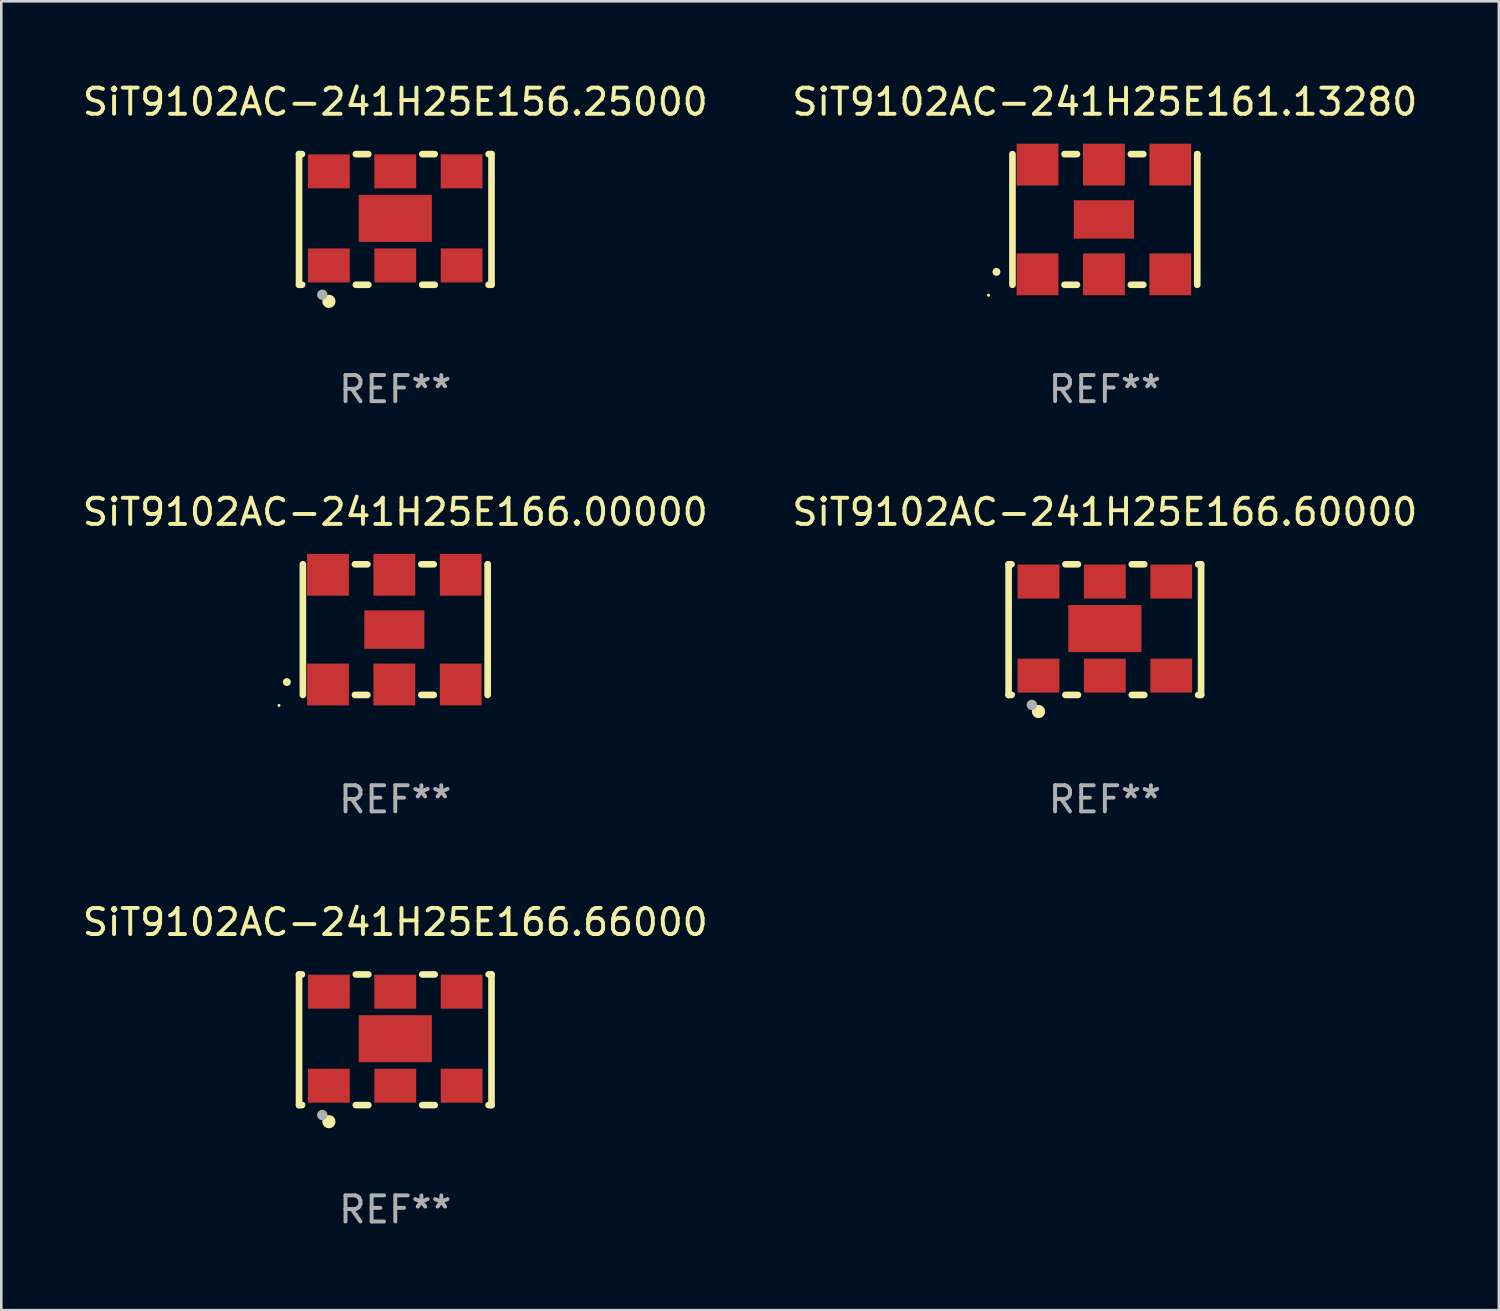
<source format=kicad_pcb>
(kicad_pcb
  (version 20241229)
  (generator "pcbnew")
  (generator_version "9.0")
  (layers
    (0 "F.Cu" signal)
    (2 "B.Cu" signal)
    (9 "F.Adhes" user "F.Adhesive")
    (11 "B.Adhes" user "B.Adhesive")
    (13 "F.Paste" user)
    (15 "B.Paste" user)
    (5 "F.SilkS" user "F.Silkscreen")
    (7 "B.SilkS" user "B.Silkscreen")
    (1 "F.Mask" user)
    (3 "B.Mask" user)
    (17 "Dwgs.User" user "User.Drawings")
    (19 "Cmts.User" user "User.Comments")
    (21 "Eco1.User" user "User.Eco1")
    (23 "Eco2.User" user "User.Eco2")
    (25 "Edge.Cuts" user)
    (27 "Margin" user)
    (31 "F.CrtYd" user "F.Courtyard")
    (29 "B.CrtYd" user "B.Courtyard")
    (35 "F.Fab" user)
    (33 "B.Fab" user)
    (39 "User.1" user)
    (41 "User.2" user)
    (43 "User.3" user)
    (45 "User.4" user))
  (footprint "SiT9102AC-241H25E166.66000"
    (layer "F.Cu")
    (at 12.077 36.741)
    (property "Reference" "SiT9102AC-241H25E166.66000" (at 0 -4.5 0) (layer "F.SilkS") (effects (font (size 1 1) (thickness 0.15))))
    (attr through_hole)
    (fp_line (start -3.683 -2.5) (end -3.571 -2.5) (stroke (width 0.254) (type solid)) (layer "F.SilkS"))
    (fp_line (start -3.683 2.5) (end -3.683 -2.5) (stroke (width 0.254) (type solid)) (layer "F.SilkS"))
    (fp_line (start -3.683 2.5) (end -3.571 2.5) (stroke (width 0.254) (type solid)) (layer "F.SilkS"))
    (fp_line (start -1.509 -2.5) (end -1.031 -2.5) (stroke (width 0.254) (type solid)) (layer "F.SilkS"))
    (fp_line (start -1.509 2.5) (end -1.031 2.5) (stroke (width 0.254) (type solid)) (layer "F.SilkS"))
    (fp_line (start 1.031 -2.5) (end 1.509 -2.5) (stroke (width 0.254) (type solid)) (layer "F.SilkS"))
    (fp_line (start 1.031 2.5) (end 1.509 2.5) (stroke (width 0.254) (type solid)) (layer "F.SilkS"))
    (fp_line (start 3.571 -2.5) (end 3.683 -2.5) (stroke (width 0.254) (type solid)) (layer "F.SilkS"))
    (fp_line (start 3.571 2.5) (end 3.683 2.5) (stroke (width 0.254) (type solid)) (layer "F.SilkS"))
    (fp_line (start 3.683 2.5) (end 3.683 -2.5) (stroke (width 0.254) (type solid)) (layer "F.SilkS"))
    (fp_circle (center -3.5 2.46) (end -3.47 2.46) (stroke (width 0.06) (type solid)) (fill no) (layer "F.SilkS"))
    (fp_circle (center -2.54 3.135) (end -2.413 3.135) (stroke (width 0.254) (type solid)) (fill no) (layer "F.SilkS"))
    (fp_circle (center -2.794 2.881) (end -2.694 2.881) (stroke (width 0.2) (type solid)) (fill no) (layer "F.Fab"))
    (fp_text user "REF**" (at 0 6.5 0) (layer "F.Fab") (effects (font (size 1 1) (thickness 0.15))))
    (pad "1" smd rect (at -2.54 1.76) (size 1.6 1.3) (layers "F.Cu" "F.Mask" "F.Paste"))
    (pad "2" smd rect (at 0 1.76) (size 1.6 1.3) (layers "F.Cu" "F.Mask" "F.Paste"))
    (pad "3" smd rect (at 2.54 1.76) (size 1.6 1.3) (layers "F.Cu" "F.Mask" "F.Paste"))
    (pad "4" smd rect (at 2.54 -1.84) (size 1.6 1.3) (layers "F.Cu" "F.Mask" "F.Paste"))
    (pad "5" smd rect (at 0 -1.84) (size 1.6 1.3) (layers "F.Cu" "F.Mask" "F.Paste"))
    (pad "6" smd rect (at -2.54 -1.84) (size 1.6 1.3) (layers "F.Cu" "F.Mask" "F.Paste"))
    (pad "7" smd rect (at 0 -0.04) (size 2.8 1.8) (layers "F.Cu" "F.Mask" "F.Paste")))
  (footprint "SiT9102AC-241H25E161.13280"
    (layer "F.Cu")
    (at 39.232 5.348)
    (property "Reference" "SiT9102AC-241H25E161.13280" (at 0 -4.5 0) (layer "F.SilkS") (effects (font (size 1 1) (thickness 0.15))))
    (attr through_hole)
    (fp_line (start -3.536 -2.5) (end -3.536 2.5) (stroke (width 0.254) (type solid)) (layer "F.SilkS"))
    (fp_line (start -1.544 2.5) (end -1.067 2.5) (stroke (width 0.254) (type solid)) (layer "F.SilkS"))
    (fp_line (start -1.067 -2.5) (end -1.544 -2.5) (stroke (width 0.254) (type solid)) (layer "F.SilkS"))
    (fp_line (start 0.996 2.5) (end 1.473 2.5) (stroke (width 0.254) (type solid)) (layer "F.SilkS"))
    (fp_line (start 1.473 -2.5) (end 0.996 -2.5) (stroke (width 0.254) (type solid)) (layer "F.SilkS"))
    (fp_line (start 3.536 -2.5) (end 3.536 -2.5) (stroke (width 0.254) (type solid)) (layer "F.SilkS"))
    (fp_line (start 3.536 2.5) (end 3.536 -2.5) (stroke (width 0.254) (type solid)) (layer "F.SilkS"))
    (fp_arc (start -4.150432 2.006604) (mid -4.149162 2.006599) (end -4.147892 2.006604) (stroke (width 0.3) (type solid)) (layer "F.SilkS"))
    (fp_circle (center -4.449 2.9) (end -4.419 2.9) (stroke (width 0.06) (type solid)) (fill no) (layer "F.SilkS"))
    (fp_text user "REF**" (at 0 6.5 0) (layer "F.Fab") (effects (font (size 1 1) (thickness 0.15))))
    (pad "1" smd rect (at -2.576 2.1) (size 1.6 1.6) (layers "F.Cu" "F.Mask" "F.Paste"))
    (pad "2" smd rect (at -0.036 2.1) (size 1.6 1.6) (layers "F.Cu" "F.Mask" "F.Paste"))
    (pad "3" smd rect (at 2.504 2.1) (size 1.6 1.6) (layers "F.Cu" "F.Mask" "F.Paste"))
    (pad "4" smd rect (at 2.504 -2.1) (size 1.6 1.6) (layers "F.Cu" "F.Mask" "F.Paste"))
    (pad "5" smd rect (at -0.036 -2.1) (size 1.6 1.6) (layers "F.Cu" "F.Mask" "F.Paste"))
    (pad "6" smd rect (at -2.576 -2.1) (size 1.6 1.6) (layers "F.Cu" "F.Mask" "F.Paste"))
    (pad "7" smd rect (at -0.036 0) (size 2.3 1.47) (layers "F.Cu" "F.Mask" "F.Paste")))
  (footprint "SiT9102AC-241H25E156.25000"
    (layer "F.Cu")
    (at 12.077 5.348)
    (property "Reference" "SiT9102AC-241H25E156.25000" (at 0 -4.5 0) (layer "F.SilkS") (effects (font (size 1 1) (thickness 0.15))))
    (attr through_hole)
    (fp_line (start -3.683 -2.5) (end -3.571 -2.5) (stroke (width 0.254) (type solid)) (layer "F.SilkS"))
    (fp_line (start -3.683 2.5) (end -3.683 -2.5) (stroke (width 0.254) (type solid)) (layer "F.SilkS"))
    (fp_line (start -3.683 2.5) (end -3.571 2.5) (stroke (width 0.254) (type solid)) (layer "F.SilkS"))
    (fp_line (start -1.509 -2.5) (end -1.031 -2.5) (stroke (width 0.254) (type solid)) (layer "F.SilkS"))
    (fp_line (start -1.509 2.5) (end -1.031 2.5) (stroke (width 0.254) (type solid)) (layer "F.SilkS"))
    (fp_line (start 1.031 -2.5) (end 1.509 -2.5) (stroke (width 0.254) (type solid)) (layer "F.SilkS"))
    (fp_line (start 1.031 2.5) (end 1.509 2.5) (stroke (width 0.254) (type solid)) (layer "F.SilkS"))
    (fp_line (start 3.571 -2.5) (end 3.683 -2.5) (stroke (width 0.254) (type solid)) (layer "F.SilkS"))
    (fp_line (start 3.571 2.5) (end 3.683 2.5) (stroke (width 0.254) (type solid)) (layer "F.SilkS"))
    (fp_line (start 3.683 2.5) (end 3.683 -2.5) (stroke (width 0.254) (type solid)) (layer "F.SilkS"))
    (fp_circle (center -3.5 2.46) (end -3.47 2.46) (stroke (width 0.06) (type solid)) (fill no) (layer "F.SilkS"))
    (fp_circle (center -2.54 3.135) (end -2.413 3.135) (stroke (width 0.254) (type solid)) (fill no) (layer "F.SilkS"))
    (fp_circle (center -2.794 2.881) (end -2.694 2.881) (stroke (width 0.2) (type solid)) (fill no) (layer "F.Fab"))
    (fp_text user "REF**" (at 0 6.5 0) (layer "F.Fab") (effects (font (size 1 1) (thickness 0.15))))
    (pad "1" smd rect (at -2.54 1.76) (size 1.6 1.3) (layers "F.Cu" "F.Mask" "F.Paste"))
    (pad "2" smd rect (at 0 1.76) (size 1.6 1.3) (layers "F.Cu" "F.Mask" "F.Paste"))
    (pad "3" smd rect (at 2.54 1.76) (size 1.6 1.3) (layers "F.Cu" "F.Mask" "F.Paste"))
    (pad "4" smd rect (at 2.54 -1.84) (size 1.6 1.3) (layers "F.Cu" "F.Mask" "F.Paste"))
    (pad "5" smd rect (at 0 -1.84) (size 1.6 1.3) (layers "F.Cu" "F.Mask" "F.Paste"))
    (pad "6" smd rect (at -2.54 -1.84) (size 1.6 1.3) (layers "F.Cu" "F.Mask" "F.Paste"))
    (pad "7" smd rect (at 0 -0.04) (size 2.8 1.8) (layers "F.Cu" "F.Mask" "F.Paste")))
  (footprint "SiT9102AC-241H25E166.00000"
    (layer "F.Cu")
    (at 12.077 21.045)
    (property "Reference" "SiT9102AC-241H25E166.00000" (at 0 -4.5 0) (layer "F.SilkS") (effects (font (size 1 1) (thickness 0.15))))
    (attr through_hole)
    (fp_line (start -3.536 -2.5) (end -3.536 2.5) (stroke (width 0.254) (type solid)) (layer "F.SilkS"))
    (fp_line (start -1.544 2.5) (end -1.067 2.5) (stroke (width 0.254) (type solid)) (layer "F.SilkS"))
    (fp_line (start -1.067 -2.5) (end -1.544 -2.5) (stroke (width 0.254) (type solid)) (layer "F.SilkS"))
    (fp_line (start 0.996 2.5) (end 1.473 2.5) (stroke (width 0.254) (type solid)) (layer "F.SilkS"))
    (fp_line (start 1.473 -2.5) (end 0.996 -2.5) (stroke (width 0.254) (type solid)) (layer "F.SilkS"))
    (fp_line (start 3.536 -2.5) (end 3.536 -2.5) (stroke (width 0.254) (type solid)) (layer "F.SilkS"))
    (fp_line (start 3.536 2.5) (end 3.536 -2.5) (stroke (width 0.254) (type solid)) (layer "F.SilkS"))
    (fp_arc (start -4.150432 2.006604) (mid -4.149162 2.006599) (end -4.147892 2.006604) (stroke (width 0.3) (type solid)) (layer "F.SilkS"))
    (fp_circle (center -4.449 2.9) (end -4.419 2.9) (stroke (width 0.06) (type solid)) (fill no) (layer "F.SilkS"))
    (fp_text user "REF**" (at 0 6.5 0) (layer "F.Fab") (effects (font (size 1 1) (thickness 0.15))))
    (pad "1" smd rect (at -2.576 2.1) (size 1.6 1.6) (layers "F.Cu" "F.Mask" "F.Paste"))
    (pad "2" smd rect (at -0.036 2.1) (size 1.6 1.6) (layers "F.Cu" "F.Mask" "F.Paste"))
    (pad "3" smd rect (at 2.504 2.1) (size 1.6 1.6) (layers "F.Cu" "F.Mask" "F.Paste"))
    (pad "4" smd rect (at 2.504 -2.1) (size 1.6 1.6) (layers "F.Cu" "F.Mask" "F.Paste"))
    (pad "5" smd rect (at -0.036 -2.1) (size 1.6 1.6) (layers "F.Cu" "F.Mask" "F.Paste"))
    (pad "6" smd rect (at -2.576 -2.1) (size 1.6 1.6) (layers "F.Cu" "F.Mask" "F.Paste"))
    (pad "7" smd rect (at -0.036 0) (size 2.3 1.47) (layers "F.Cu" "F.Mask" "F.Paste")))
  (footprint "SiT9102AC-241H25E166.60000"
    (layer "F.Cu")
    (at 39.232 21.045)
    (property "Reference" "SiT9102AC-241H25E166.60000" (at 0 -4.5 0) (layer "F.SilkS") (effects (font (size 1 1) (thickness 0.15))))
    (attr through_hole)
    (fp_line (start -3.683 -2.5) (end -3.571 -2.5) (stroke (width 0.254) (type solid)) (layer "F.SilkS"))
    (fp_line (start -3.683 2.5) (end -3.683 -2.5) (stroke (width 0.254) (type solid)) (layer "F.SilkS"))
    (fp_line (start -3.683 2.5) (end -3.571 2.5) (stroke (width 0.254) (type solid)) (layer "F.SilkS"))
    (fp_line (start -1.509 -2.5) (end -1.031 -2.5) (stroke (width 0.254) (type solid)) (layer "F.SilkS"))
    (fp_line (start -1.509 2.5) (end -1.031 2.5) (stroke (width 0.254) (type solid)) (layer "F.SilkS"))
    (fp_line (start 1.031 -2.5) (end 1.509 -2.5) (stroke (width 0.254) (type solid)) (layer "F.SilkS"))
    (fp_line (start 1.031 2.5) (end 1.509 2.5) (stroke (width 0.254) (type solid)) (layer "F.SilkS"))
    (fp_line (start 3.571 -2.5) (end 3.683 -2.5) (stroke (width 0.254) (type solid)) (layer "F.SilkS"))
    (fp_line (start 3.571 2.5) (end 3.683 2.5) (stroke (width 0.254) (type solid)) (layer "F.SilkS"))
    (fp_line (start 3.683 2.5) (end 3.683 -2.5) (stroke (width 0.254) (type solid)) (layer "F.SilkS"))
    (fp_circle (center -3.5 2.46) (end -3.47 2.46) (stroke (width 0.06) (type solid)) (fill no) (layer "F.SilkS"))
    (fp_circle (center -2.54 3.135) (end -2.413 3.135) (stroke (width 0.254) (type solid)) (fill no) (layer "F.SilkS"))
    (fp_circle (center -2.794 2.881) (end -2.694 2.881) (stroke (width 0.2) (type solid)) (fill no) (layer "F.Fab"))
    (fp_text user "REF**" (at 0 6.5 0) (layer "F.Fab") (effects (font (size 1 1) (thickness 0.15))))
    (pad "1" smd rect (at -2.54 1.76) (size 1.6 1.3) (layers "F.Cu" "F.Mask" "F.Paste"))
    (pad "2" smd rect (at 0 1.76) (size 1.6 1.3) (layers "F.Cu" "F.Mask" "F.Paste"))
    (pad "3" smd rect (at 2.54 1.76) (size 1.6 1.3) (layers "F.Cu" "F.Mask" "F.Paste"))
    (pad "4" smd rect (at 2.54 -1.84) (size 1.6 1.3) (layers "F.Cu" "F.Mask" "F.Paste"))
    (pad "5" smd rect (at 0 -1.84) (size 1.6 1.3) (layers "F.Cu" "F.Mask" "F.Paste"))
    (pad "6" smd rect (at -2.54 -1.84) (size 1.6 1.3) (layers "F.Cu" "F.Mask" "F.Paste"))
    (pad "7" smd rect (at 0 -0.04) (size 2.8 1.8) (layers "F.Cu" "F.Mask" "F.Paste")))
  (gr_rect
    (start -3 -3)
    (end 54.31 47.09)
    (stroke (width 0.1) (type default))
    (fill no)
    (layer "Edge.Cuts")))
</source>
